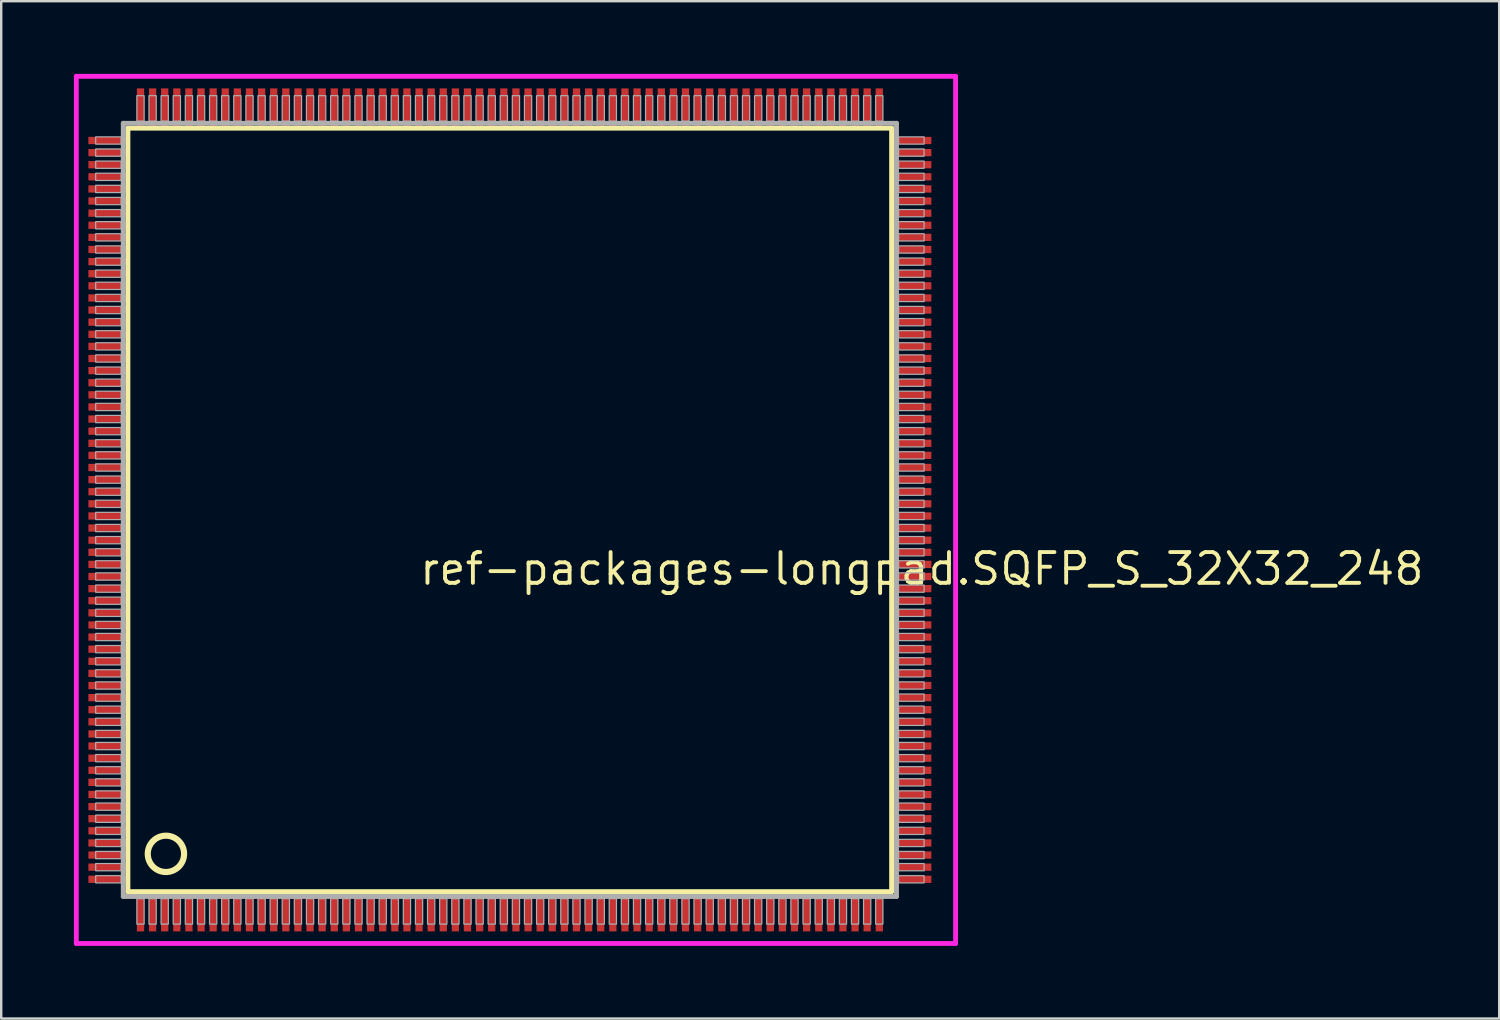
<source format=kicad_pcb>
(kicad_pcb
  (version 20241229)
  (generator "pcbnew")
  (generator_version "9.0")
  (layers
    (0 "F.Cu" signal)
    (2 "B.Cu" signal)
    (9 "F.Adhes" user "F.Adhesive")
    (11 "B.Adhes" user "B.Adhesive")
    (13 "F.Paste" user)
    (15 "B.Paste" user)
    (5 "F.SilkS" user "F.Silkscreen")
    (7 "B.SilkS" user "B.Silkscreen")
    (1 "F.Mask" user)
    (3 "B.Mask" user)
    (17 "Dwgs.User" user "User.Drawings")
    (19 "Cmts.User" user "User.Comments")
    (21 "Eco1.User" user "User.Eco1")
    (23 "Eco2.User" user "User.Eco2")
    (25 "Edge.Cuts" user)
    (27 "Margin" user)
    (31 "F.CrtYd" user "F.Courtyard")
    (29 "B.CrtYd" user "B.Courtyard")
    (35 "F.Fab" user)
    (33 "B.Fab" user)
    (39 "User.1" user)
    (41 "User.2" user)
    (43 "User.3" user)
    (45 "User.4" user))
  (footprint "ref-packages-longpad.SQFP_S_32X32_248"
    (layer "F.Cu")
    (at 18 18)
    (property "Reference" "ref-packages-longpad.SQFP_S_32X32_248" (at -3.81 3.175 0) (layer "F.SilkS") (effects (font (size 1.27 1.27) (thickness 0.16)) (justify left bottom)))
    (attr smd)
    (fp_line (start -15.77 -15.76) (end 15.76 -15.76) (stroke (width 0.203) (type default)) (layer "F.SilkS"))
    (fp_line (start -15.77 15.76) (end -15.77 -15.76) (stroke (width 0.203) (type default)) (layer "F.SilkS"))
    (fp_line (start 15.76 15.76) (end -15.77 15.76) (stroke (width 0.203) (type default)) (layer "F.SilkS"))
    (fp_line (start 15.76 -15.76) (end 15.76 15.76) (stroke (width 0.203) (type default)) (layer "F.SilkS"))
    (fp_circle (center -14.2 14.2) (end -13.45 14.2) (stroke (width 0.254) (type default)) (fill no) (layer "F.SilkS"))
    (fp_line (start -17.9 -17.9) (end 18.4 -17.9) (stroke (width 0.2) (type default)) (layer "F.CrtYd"))
    (fp_line (start -17.9 17.9) (end -17.9 -17.9) (stroke (width 0.2) (type default)) (layer "F.CrtYd"))
    (fp_line (start 18.4 -17.9) (end 18.4 17.9) (stroke (width 0.2) (type default)) (layer "F.CrtYd"))
    (fp_line (start 18.4 17.9) (end -17.9 17.9) (stroke (width 0.2) (type default)) (layer "F.CrtYd"))
    (fp_line (start -15.96 -15.96) (end -15.96 15.96) (stroke (width 0.203) (type default)) (layer "F.Fab"))
    (fp_line (start -15.96 15.96) (end 15.96 15.96) (stroke (width 0.203) (type default)) (layer "F.Fab"))
    (fp_line (start 15.96 -15.96) (end -15.96 -15.96) (stroke (width 0.203) (type default)) (layer "F.Fab"))
    (fp_line (start 15.96 15.96) (end 15.96 -15.96) (stroke (width 0.203) (type default)) (layer "F.Fab"))
    (fp_rect (start -17.1 -15.1) (end -16.05 -15.4) (stroke (width 0.05) (type default)) (fill no) (layer "F.Fab"))
    (fp_rect (start -17.1 -14.6) (end -16.05 -14.9) (stroke (width 0.05) (type default)) (fill no) (layer "F.Fab"))
    (fp_rect (start -17.1 -14.1) (end -16.05 -14.4) (stroke (width 0.05) (type default)) (fill no) (layer "F.Fab"))
    (fp_rect (start -17.1 -13.6) (end -16.05 -13.9) (stroke (width 0.05) (type default)) (fill no) (layer "F.Fab"))
    (fp_rect (start -17.1 -13.1) (end -16.05 -13.4) (stroke (width 0.05) (type default)) (fill no) (layer "F.Fab"))
    (fp_rect (start -17.1 -12.6) (end -16.05 -12.9) (stroke (width 0.05) (type default)) (fill no) (layer "F.Fab"))
    (fp_rect (start -17.1 -12.1) (end -16.05 -12.4) (stroke (width 0.05) (type default)) (fill no) (layer "F.Fab"))
    (fp_rect (start -17.1 -11.6) (end -16.05 -11.9) (stroke (width 0.05) (type default)) (fill no) (layer "F.Fab"))
    (fp_rect (start -17.1 -11.1) (end -16.05 -11.4) (stroke (width 0.05) (type default)) (fill no) (layer "F.Fab"))
    (fp_rect (start -17.1 -10.6) (end -16.05 -10.9) (stroke (width 0.05) (type default)) (fill no) (layer "F.Fab"))
    (fp_rect (start -17.1 -10.1) (end -16.05 -10.4) (stroke (width 0.05) (type default)) (fill no) (layer "F.Fab"))
    (fp_rect (start -17.1 -9.6) (end -16.05 -9.9) (stroke (width 0.05) (type default)) (fill no) (layer "F.Fab"))
    (fp_rect (start -17.1 -9.1) (end -16.05 -9.4) (stroke (width 0.05) (type default)) (fill no) (layer "F.Fab"))
    (fp_rect (start -17.1 -8.6) (end -16.05 -8.9) (stroke (width 0.05) (type default)) (fill no) (layer "F.Fab"))
    (fp_rect (start -17.1 -8.1) (end -16.05 -8.4) (stroke (width 0.05) (type default)) (fill no) (layer "F.Fab"))
    (fp_rect (start -17.1 -7.6) (end -16.05 -7.9) (stroke (width 0.05) (type default)) (fill no) (layer "F.Fab"))
    (fp_rect (start -17.1 -7.1) (end -16.05 -7.4) (stroke (width 0.05) (type default)) (fill no) (layer "F.Fab"))
    (fp_rect (start -17.1 -6.6) (end -16.05 -6.9) (stroke (width 0.05) (type default)) (fill no) (layer "F.Fab"))
    (fp_rect (start -17.1 -6.1) (end -16.05 -6.4) (stroke (width 0.05) (type default)) (fill no) (layer "F.Fab"))
    (fp_rect (start -17.1 -5.6) (end -16.05 -5.9) (stroke (width 0.05) (type default)) (fill no) (layer "F.Fab"))
    (fp_rect (start -17.1 -5.1) (end -16.05 -5.4) (stroke (width 0.05) (type default)) (fill no) (layer "F.Fab"))
    (fp_rect (start -17.1 -4.6) (end -16.05 -4.9) (stroke (width 0.05) (type default)) (fill no) (layer "F.Fab"))
    (fp_rect (start -17.1 -4.1) (end -16.05 -4.4) (stroke (width 0.05) (type default)) (fill no) (layer "F.Fab"))
    (fp_rect (start -17.1 -3.6) (end -16.05 -3.9) (stroke (width 0.05) (type default)) (fill no) (layer "F.Fab"))
    (fp_rect (start -17.1 -3.1) (end -16.05 -3.4) (stroke (width 0.05) (type default)) (fill no) (layer "F.Fab"))
    (fp_rect (start -17.1 -2.6) (end -16.05 -2.9) (stroke (width 0.05) (type default)) (fill no) (layer "F.Fab"))
    (fp_rect (start -17.1 -2.1) (end -16.05 -2.4) (stroke (width 0.05) (type default)) (fill no) (layer "F.Fab"))
    (fp_rect (start -17.1 -1.6) (end -16.05 -1.9) (stroke (width 0.05) (type default)) (fill no) (layer "F.Fab"))
    (fp_rect (start -17.1 -1.1) (end -16.05 -1.4) (stroke (width 0.05) (type default)) (fill no) (layer "F.Fab"))
    (fp_rect (start -17.1 -0.6) (end -16.05 -0.9) (stroke (width 0.05) (type default)) (fill no) (layer "F.Fab"))
    (fp_rect (start -17.1 -0.1) (end -16.05 -0.4) (stroke (width 0.05) (type default)) (fill no) (layer "F.Fab"))
    (fp_rect (start -17.1 0.4) (end -16.05 0.1) (stroke (width 0.05) (type default)) (fill no) (layer "F.Fab"))
    (fp_rect (start -17.1 0.9) (end -16.05 0.6) (stroke (width 0.05) (type default)) (fill no) (layer "F.Fab"))
    (fp_rect (start -17.1 1.4) (end -16.05 1.1) (stroke (width 0.05) (type default)) (fill no) (layer "F.Fab"))
    (fp_rect (start -17.1 1.9) (end -16.05 1.6) (stroke (width 0.05) (type default)) (fill no) (layer "F.Fab"))
    (fp_rect (start -17.1 2.4) (end -16.05 2.1) (stroke (width 0.05) (type default)) (fill no) (layer "F.Fab"))
    (fp_rect (start -17.1 2.9) (end -16.05 2.6) (stroke (width 0.05) (type default)) (fill no) (layer "F.Fab"))
    (fp_rect (start -17.1 3.4) (end -16.05 3.1) (stroke (width 0.05) (type default)) (fill no) (layer "F.Fab"))
    (fp_rect (start -17.1 3.9) (end -16.05 3.6) (stroke (width 0.05) (type default)) (fill no) (layer "F.Fab"))
    (fp_rect (start -17.1 4.4) (end -16.05 4.1) (stroke (width 0.05) (type default)) (fill no) (layer "F.Fab"))
    (fp_rect (start -17.1 4.9) (end -16.05 4.6) (stroke (width 0.05) (type default)) (fill no) (layer "F.Fab"))
    (fp_rect (start -17.1 5.4) (end -16.05 5.1) (stroke (width 0.05) (type default)) (fill no) (layer "F.Fab"))
    (fp_rect (start -17.1 5.9) (end -16.05 5.6) (stroke (width 0.05) (type default)) (fill no) (layer "F.Fab"))
    (fp_rect (start -17.1 6.4) (end -16.05 6.1) (stroke (width 0.05) (type default)) (fill no) (layer "F.Fab"))
    (fp_rect (start -17.1 6.9) (end -16.05 6.6) (stroke (width 0.05) (type default)) (fill no) (layer "F.Fab"))
    (fp_rect (start -17.1 7.4) (end -16.05 7.1) (stroke (width 0.05) (type default)) (fill no) (layer "F.Fab"))
    (fp_rect (start -17.1 7.9) (end -16.05 7.6) (stroke (width 0.05) (type default)) (fill no) (layer "F.Fab"))
    (fp_rect (start -17.1 8.4) (end -16.05 8.1) (stroke (width 0.05) (type default)) (fill no) (layer "F.Fab"))
    (fp_rect (start -17.1 8.9) (end -16.05 8.6) (stroke (width 0.05) (type default)) (fill no) (layer "F.Fab"))
    (fp_rect (start -17.1 9.4) (end -16.05 9.1) (stroke (width 0.05) (type default)) (fill no) (layer "F.Fab"))
    (fp_rect (start -17.1 9.9) (end -16.05 9.6) (stroke (width 0.05) (type default)) (fill no) (layer "F.Fab"))
    (fp_rect (start -17.1 10.4) (end -16.05 10.1) (stroke (width 0.05) (type default)) (fill no) (layer "F.Fab"))
    (fp_rect (start -17.1 10.9) (end -16.05 10.6) (stroke (width 0.05) (type default)) (fill no) (layer "F.Fab"))
    (fp_rect (start -17.1 11.4) (end -16.05 11.1) (stroke (width 0.05) (type default)) (fill no) (layer "F.Fab"))
    (fp_rect (start -17.1 11.9) (end -16.05 11.6) (stroke (width 0.05) (type default)) (fill no) (layer "F.Fab"))
    (fp_rect (start -17.1 12.4) (end -16.05 12.1) (stroke (width 0.05) (type default)) (fill no) (layer "F.Fab"))
    (fp_rect (start -17.1 12.9) (end -16.05 12.6) (stroke (width 0.05) (type default)) (fill no) (layer "F.Fab"))
    (fp_rect (start -17.1 13.4) (end -16.05 13.1) (stroke (width 0.05) (type default)) (fill no) (layer "F.Fab"))
    (fp_rect (start -17.1 13.9) (end -16.05 13.6) (stroke (width 0.05) (type default)) (fill no) (layer "F.Fab"))
    (fp_rect (start -17.1 14.4) (end -16.05 14.1) (stroke (width 0.05) (type default)) (fill no) (layer "F.Fab"))
    (fp_rect (start -17.1 14.9) (end -16.05 14.6) (stroke (width 0.05) (type default)) (fill no) (layer "F.Fab"))
    (fp_rect (start -17.1 15.4) (end -16.05 15.1) (stroke (width 0.05) (type default)) (fill no) (layer "F.Fab"))
    (fp_rect (start -15.4 -16.05) (end -15.1 -17.1) (stroke (width 0.05) (type default)) (fill no) (layer "F.Fab"))
    (fp_rect (start -15.4 17.1) (end -15.1 16.05) (stroke (width 0.05) (type default)) (fill no) (layer "F.Fab"))
    (fp_rect (start -14.9 -16.05) (end -14.6 -17.1) (stroke (width 0.05) (type default)) (fill no) (layer "F.Fab"))
    (fp_rect (start -14.9 17.1) (end -14.6 16.05) (stroke (width 0.05) (type default)) (fill no) (layer "F.Fab"))
    (fp_rect (start -14.4 -16.05) (end -14.1 -17.1) (stroke (width 0.05) (type default)) (fill no) (layer "F.Fab"))
    (fp_rect (start -14.4 17.1) (end -14.1 16.05) (stroke (width 0.05) (type default)) (fill no) (layer "F.Fab"))
    (fp_rect (start -13.9 -16.05) (end -13.6 -17.1) (stroke (width 0.05) (type default)) (fill no) (layer "F.Fab"))
    (fp_rect (start -13.9 17.1) (end -13.6 16.05) (stroke (width 0.05) (type default)) (fill no) (layer "F.Fab"))
    (fp_rect (start -13.4 -16.05) (end -13.1 -17.1) (stroke (width 0.05) (type default)) (fill no) (layer "F.Fab"))
    (fp_rect (start -13.4 17.1) (end -13.1 16.05) (stroke (width 0.05) (type default)) (fill no) (layer "F.Fab"))
    (fp_rect (start -12.9 -16.05) (end -12.6 -17.1) (stroke (width 0.05) (type default)) (fill no) (layer "F.Fab"))
    (fp_rect (start -12.9 17.1) (end -12.6 16.05) (stroke (width 0.05) (type default)) (fill no) (layer "F.Fab"))
    (fp_rect (start -12.4 -16.05) (end -12.1 -17.1) (stroke (width 0.05) (type default)) (fill no) (layer "F.Fab"))
    (fp_rect (start -12.4 17.1) (end -12.1 16.05) (stroke (width 0.05) (type default)) (fill no) (layer "F.Fab"))
    (fp_rect (start -11.9 -16.05) (end -11.6 -17.1) (stroke (width 0.05) (type default)) (fill no) (layer "F.Fab"))
    (fp_rect (start -11.9 17.1) (end -11.6 16.05) (stroke (width 0.05) (type default)) (fill no) (layer "F.Fab"))
    (fp_rect (start -11.4 -16.05) (end -11.1 -17.1) (stroke (width 0.05) (type default)) (fill no) (layer "F.Fab"))
    (fp_rect (start -11.4 17.1) (end -11.1 16.05) (stroke (width 0.05) (type default)) (fill no) (layer "F.Fab"))
    (fp_rect (start -10.9 -16.05) (end -10.6 -17.1) (stroke (width 0.05) (type default)) (fill no) (layer "F.Fab"))
    (fp_rect (start -10.9 17.1) (end -10.6 16.05) (stroke (width 0.05) (type default)) (fill no) (layer "F.Fab"))
    (fp_rect (start -10.4 -16.05) (end -10.1 -17.1) (stroke (width 0.05) (type default)) (fill no) (layer "F.Fab"))
    (fp_rect (start -10.4 17.1) (end -10.1 16.05) (stroke (width 0.05) (type default)) (fill no) (layer "F.Fab"))
    (fp_rect (start -9.9 -16.05) (end -9.6 -17.1) (stroke (width 0.05) (type default)) (fill no) (layer "F.Fab"))
    (fp_rect (start -9.9 17.1) (end -9.6 16.05) (stroke (width 0.05) (type default)) (fill no) (layer "F.Fab"))
    (fp_rect (start -9.4 -16.05) (end -9.1 -17.1) (stroke (width 0.05) (type default)) (fill no) (layer "F.Fab"))
    (fp_rect (start -9.4 17.1) (end -9.1 16.05) (stroke (width 0.05) (type default)) (fill no) (layer "F.Fab"))
    (fp_rect (start -8.9 -16.05) (end -8.6 -17.1) (stroke (width 0.05) (type default)) (fill no) (layer "F.Fab"))
    (fp_rect (start -8.9 17.1) (end -8.6 16.05) (stroke (width 0.05) (type default)) (fill no) (layer "F.Fab"))
    (fp_rect (start -8.4 -16.05) (end -8.1 -17.1) (stroke (width 0.05) (type default)) (fill no) (layer "F.Fab"))
    (fp_rect (start -8.4 17.1) (end -8.1 16.05) (stroke (width 0.05) (type default)) (fill no) (layer "F.Fab"))
    (fp_rect (start -7.9 -16.05) (end -7.6 -17.1) (stroke (width 0.05) (type default)) (fill no) (layer "F.Fab"))
    (fp_rect (start -7.9 17.1) (end -7.6 16.05) (stroke (width 0.05) (type default)) (fill no) (layer "F.Fab"))
    (fp_rect (start -7.4 -16.05) (end -7.1 -17.1) (stroke (width 0.05) (type default)) (fill no) (layer "F.Fab"))
    (fp_rect (start -7.4 17.1) (end -7.1 16.05) (stroke (width 0.05) (type default)) (fill no) (layer "F.Fab"))
    (fp_rect (start -6.9 -16.05) (end -6.6 -17.1) (stroke (width 0.05) (type default)) (fill no) (layer "F.Fab"))
    (fp_rect (start -6.9 17.1) (end -6.6 16.05) (stroke (width 0.05) (type default)) (fill no) (layer "F.Fab"))
    (fp_rect (start -6.4 -16.05) (end -6.1 -17.1) (stroke (width 0.05) (type default)) (fill no) (layer "F.Fab"))
    (fp_rect (start -6.4 17.1) (end -6.1 16.05) (stroke (width 0.05) (type default)) (fill no) (layer "F.Fab"))
    (fp_rect (start -5.9 -16.05) (end -5.6 -17.1) (stroke (width 0.05) (type default)) (fill no) (layer "F.Fab"))
    (fp_rect (start -5.9 17.1) (end -5.6 16.05) (stroke (width 0.05) (type default)) (fill no) (layer "F.Fab"))
    (fp_rect (start -5.4 -16.05) (end -5.1 -17.1) (stroke (width 0.05) (type default)) (fill no) (layer "F.Fab"))
    (fp_rect (start -5.4 17.1) (end -5.1 16.05) (stroke (width 0.05) (type default)) (fill no) (layer "F.Fab"))
    (fp_rect (start -4.9 -16.05) (end -4.6 -17.1) (stroke (width 0.05) (type default)) (fill no) (layer "F.Fab"))
    (fp_rect (start -4.9 17.1) (end -4.6 16.05) (stroke (width 0.05) (type default)) (fill no) (layer "F.Fab"))
    (fp_rect (start -4.4 -16.05) (end -4.1 -17.1) (stroke (width 0.05) (type default)) (fill no) (layer "F.Fab"))
    (fp_rect (start -4.4 17.1) (end -4.1 16.05) (stroke (width 0.05) (type default)) (fill no) (layer "F.Fab"))
    (fp_rect (start -3.9 -16.05) (end -3.6 -17.1) (stroke (width 0.05) (type default)) (fill no) (layer "F.Fab"))
    (fp_rect (start -3.9 17.1) (end -3.6 16.05) (stroke (width 0.05) (type default)) (fill no) (layer "F.Fab"))
    (fp_rect (start -3.4 -16.05) (end -3.1 -17.1) (stroke (width 0.05) (type default)) (fill no) (layer "F.Fab"))
    (fp_rect (start -3.4 17.1) (end -3.1 16.05) (stroke (width 0.05) (type default)) (fill no) (layer "F.Fab"))
    (fp_rect (start -2.9 -16.05) (end -2.6 -17.1) (stroke (width 0.05) (type default)) (fill no) (layer "F.Fab"))
    (fp_rect (start -2.9 17.1) (end -2.6 16.05) (stroke (width 0.05) (type default)) (fill no) (layer "F.Fab"))
    (fp_rect (start -2.4 -16.05) (end -2.1 -17.1) (stroke (width 0.05) (type default)) (fill no) (layer "F.Fab"))
    (fp_rect (start -2.4 17.1) (end -2.1 16.05) (stroke (width 0.05) (type default)) (fill no) (layer "F.Fab"))
    (fp_rect (start -1.9 -16.05) (end -1.6 -17.1) (stroke (width 0.05) (type default)) (fill no) (layer "F.Fab"))
    (fp_rect (start -1.9 17.1) (end -1.6 16.05) (stroke (width 0.05) (type default)) (fill no) (layer "F.Fab"))
    (fp_rect (start -1.4 -16.05) (end -1.1 -17.1) (stroke (width 0.05) (type default)) (fill no) (layer "F.Fab"))
    (fp_rect (start -1.4 17.1) (end -1.1 16.05) (stroke (width 0.05) (type default)) (fill no) (layer "F.Fab"))
    (fp_rect (start -0.9 -16.05) (end -0.6 -17.1) (stroke (width 0.05) (type default)) (fill no) (layer "F.Fab"))
    (fp_rect (start -0.9 17.1) (end -0.6 16.05) (stroke (width 0.05) (type default)) (fill no) (layer "F.Fab"))
    (fp_rect (start -0.4 -16.05) (end -0.1 -17.1) (stroke (width 0.05) (type default)) (fill no) (layer "F.Fab"))
    (fp_rect (start -0.4 17.1) (end -0.1 16.05) (stroke (width 0.05) (type default)) (fill no) (layer "F.Fab"))
    (fp_rect (start 0.1 -16.05) (end 0.4 -17.1) (stroke (width 0.05) (type default)) (fill no) (layer "F.Fab"))
    (fp_rect (start 0.1 17.1) (end 0.4 16.05) (stroke (width 0.05) (type default)) (fill no) (layer "F.Fab"))
    (fp_rect (start 0.6 -16.05) (end 0.9 -17.1) (stroke (width 0.05) (type default)) (fill no) (layer "F.Fab"))
    (fp_rect (start 0.6 17.1) (end 0.9 16.05) (stroke (width 0.05) (type default)) (fill no) (layer "F.Fab"))
    (fp_rect (start 1.1 -16.05) (end 1.4 -17.1) (stroke (width 0.05) (type default)) (fill no) (layer "F.Fab"))
    (fp_rect (start 1.1 17.1) (end 1.4 16.05) (stroke (width 0.05) (type default)) (fill no) (layer "F.Fab"))
    (fp_rect (start 1.6 -16.05) (end 1.9 -17.1) (stroke (width 0.05) (type default)) (fill no) (layer "F.Fab"))
    (fp_rect (start 1.6 17.1) (end 1.9 16.05) (stroke (width 0.05) (type default)) (fill no) (layer "F.Fab"))
    (fp_rect (start 2.1 -16.05) (end 2.4 -17.1) (stroke (width 0.05) (type default)) (fill no) (layer "F.Fab"))
    (fp_rect (start 2.1 17.1) (end 2.4 16.05) (stroke (width 0.05) (type default)) (fill no) (layer "F.Fab"))
    (fp_rect (start 2.6 -16.05) (end 2.9 -17.1) (stroke (width 0.05) (type default)) (fill no) (layer "F.Fab"))
    (fp_rect (start 2.6 17.1) (end 2.9 16.05) (stroke (width 0.05) (type default)) (fill no) (layer "F.Fab"))
    (fp_rect (start 3.1 -16.05) (end 3.4 -17.1) (stroke (width 0.05) (type default)) (fill no) (layer "F.Fab"))
    (fp_rect (start 3.1 17.1) (end 3.4 16.05) (stroke (width 0.05) (type default)) (fill no) (layer "F.Fab"))
    (fp_rect (start 3.6 -16.05) (end 3.9 -17.1) (stroke (width 0.05) (type default)) (fill no) (layer "F.Fab"))
    (fp_rect (start 3.6 17.1) (end 3.9 16.05) (stroke (width 0.05) (type default)) (fill no) (layer "F.Fab"))
    (fp_rect (start 4.1 -16.05) (end 4.4 -17.1) (stroke (width 0.05) (type default)) (fill no) (layer "F.Fab"))
    (fp_rect (start 4.1 17.1) (end 4.4 16.05) (stroke (width 0.05) (type default)) (fill no) (layer "F.Fab"))
    (fp_rect (start 4.6 -16.05) (end 4.9 -17.1) (stroke (width 0.05) (type default)) (fill no) (layer "F.Fab"))
    (fp_rect (start 4.6 17.1) (end 4.9 16.05) (stroke (width 0.05) (type default)) (fill no) (layer "F.Fab"))
    (fp_rect (start 5.1 -16.05) (end 5.4 -17.1) (stroke (width 0.05) (type default)) (fill no) (layer "F.Fab"))
    (fp_rect (start 5.1 17.1) (end 5.4 16.05) (stroke (width 0.05) (type default)) (fill no) (layer "F.Fab"))
    (fp_rect (start 5.6 -16.05) (end 5.9 -17.1) (stroke (width 0.05) (type default)) (fill no) (layer "F.Fab"))
    (fp_rect (start 5.6 17.1) (end 5.9 16.05) (stroke (width 0.05) (type default)) (fill no) (layer "F.Fab"))
    (fp_rect (start 6.1 -16.05) (end 6.4 -17.1) (stroke (width 0.05) (type default)) (fill no) (layer "F.Fab"))
    (fp_rect (start 6.1 17.1) (end 6.4 16.05) (stroke (width 0.05) (type default)) (fill no) (layer "F.Fab"))
    (fp_rect (start 6.6 -16.05) (end 6.9 -17.1) (stroke (width 0.05) (type default)) (fill no) (layer "F.Fab"))
    (fp_rect (start 6.6 17.1) (end 6.9 16.05) (stroke (width 0.05) (type default)) (fill no) (layer "F.Fab"))
    (fp_rect (start 7.1 -16.05) (end 7.4 -17.1) (stroke (width 0.05) (type default)) (fill no) (layer "F.Fab"))
    (fp_rect (start 7.1 17.1) (end 7.4 16.05) (stroke (width 0.05) (type default)) (fill no) (layer "F.Fab"))
    (fp_rect (start 7.6 -16.05) (end 7.9 -17.1) (stroke (width 0.05) (type default)) (fill no) (layer "F.Fab"))
    (fp_rect (start 7.6 17.1) (end 7.9 16.05) (stroke (width 0.05) (type default)) (fill no) (layer "F.Fab"))
    (fp_rect (start 8.1 -16.05) (end 8.4 -17.1) (stroke (width 0.05) (type default)) (fill no) (layer "F.Fab"))
    (fp_rect (start 8.1 17.1) (end 8.4 16.05) (stroke (width 0.05) (type default)) (fill no) (layer "F.Fab"))
    (fp_rect (start 8.6 -16.05) (end 8.9 -17.1) (stroke (width 0.05) (type default)) (fill no) (layer "F.Fab"))
    (fp_rect (start 8.6 17.1) (end 8.9 16.05) (stroke (width 0.05) (type default)) (fill no) (layer "F.Fab"))
    (fp_rect (start 9.1 -16.05) (end 9.4 -17.1) (stroke (width 0.05) (type default)) (fill no) (layer "F.Fab"))
    (fp_rect (start 9.1 17.1) (end 9.4 16.05) (stroke (width 0.05) (type default)) (fill no) (layer "F.Fab"))
    (fp_rect (start 9.6 -16.05) (end 9.9 -17.1) (stroke (width 0.05) (type default)) (fill no) (layer "F.Fab"))
    (fp_rect (start 9.6 17.1) (end 9.9 16.05) (stroke (width 0.05) (type default)) (fill no) (layer "F.Fab"))
    (fp_rect (start 10.1 -16.05) (end 10.4 -17.1) (stroke (width 0.05) (type default)) (fill no) (layer "F.Fab"))
    (fp_rect (start 10.1 17.1) (end 10.4 16.05) (stroke (width 0.05) (type default)) (fill no) (layer "F.Fab"))
    (fp_rect (start 10.6 -16.05) (end 10.9 -17.1) (stroke (width 0.05) (type default)) (fill no) (layer "F.Fab"))
    (fp_rect (start 10.6 17.1) (end 10.9 16.05) (stroke (width 0.05) (type default)) (fill no) (layer "F.Fab"))
    (fp_rect (start 11.1 -16.05) (end 11.4 -17.1) (stroke (width 0.05) (type default)) (fill no) (layer "F.Fab"))
    (fp_rect (start 11.1 17.1) (end 11.4 16.05) (stroke (width 0.05) (type default)) (fill no) (layer "F.Fab"))
    (fp_rect (start 11.6 -16.05) (end 11.9 -17.1) (stroke (width 0.05) (type default)) (fill no) (layer "F.Fab"))
    (fp_rect (start 11.6 17.1) (end 11.9 16.05) (stroke (width 0.05) (type default)) (fill no) (layer "F.Fab"))
    (fp_rect (start 12.1 -16.05) (end 12.4 -17.1) (stroke (width 0.05) (type default)) (fill no) (layer "F.Fab"))
    (fp_rect (start 12.1 17.1) (end 12.4 16.05) (stroke (width 0.05) (type default)) (fill no) (layer "F.Fab"))
    (fp_rect (start 12.6 -16.05) (end 12.9 -17.1) (stroke (width 0.05) (type default)) (fill no) (layer "F.Fab"))
    (fp_rect (start 12.6 17.1) (end 12.9 16.05) (stroke (width 0.05) (type default)) (fill no) (layer "F.Fab"))
    (fp_rect (start 13.1 -16.05) (end 13.4 -17.1) (stroke (width 0.05) (type default)) (fill no) (layer "F.Fab"))
    (fp_rect (start 13.1 17.1) (end 13.4 16.05) (stroke (width 0.05) (type default)) (fill no) (layer "F.Fab"))
    (fp_rect (start 13.6 -16.05) (end 13.9 -17.1) (stroke (width 0.05) (type default)) (fill no) (layer "F.Fab"))
    (fp_rect (start 13.6 17.1) (end 13.9 16.05) (stroke (width 0.05) (type default)) (fill no) (layer "F.Fab"))
    (fp_rect (start 14.1 -16.05) (end 14.4 -17.1) (stroke (width 0.05) (type default)) (fill no) (layer "F.Fab"))
    (fp_rect (start 14.1 17.1) (end 14.4 16.05) (stroke (width 0.05) (type default)) (fill no) (layer "F.Fab"))
    (fp_rect (start 14.6 -16.05) (end 14.9 -17.1) (stroke (width 0.05) (type default)) (fill no) (layer "F.Fab"))
    (fp_rect (start 14.6 17.1) (end 14.9 16.05) (stroke (width 0.05) (type default)) (fill no) (layer "F.Fab"))
    (fp_rect (start 15.1 -16.05) (end 15.4 -17.1) (stroke (width 0.05) (type default)) (fill no) (layer "F.Fab"))
    (fp_rect (start 15.1 17.1) (end 15.4 16.05) (stroke (width 0.05) (type default)) (fill no) (layer "F.Fab"))
    (fp_rect (start 16.05 -15.1) (end 17.1 -15.4) (stroke (width 0.05) (type default)) (fill no) (layer "F.Fab"))
    (fp_rect (start 16.05 -14.6) (end 17.1 -14.9) (stroke (width 0.05) (type default)) (fill no) (layer "F.Fab"))
    (fp_rect (start 16.05 -14.1) (end 17.1 -14.4) (stroke (width 0.05) (type default)) (fill no) (layer "F.Fab"))
    (fp_rect (start 16.05 -13.6) (end 17.1 -13.9) (stroke (width 0.05) (type default)) (fill no) (layer "F.Fab"))
    (fp_rect (start 16.05 -13.1) (end 17.1 -13.4) (stroke (width 0.05) (type default)) (fill no) (layer "F.Fab"))
    (fp_rect (start 16.05 -12.6) (end 17.1 -12.9) (stroke (width 0.05) (type default)) (fill no) (layer "F.Fab"))
    (fp_rect (start 16.05 -12.1) (end 17.1 -12.4) (stroke (width 0.05) (type default)) (fill no) (layer "F.Fab"))
    (fp_rect (start 16.05 -11.6) (end 17.1 -11.9) (stroke (width 0.05) (type default)) (fill no) (layer "F.Fab"))
    (fp_rect (start 16.05 -11.1) (end 17.1 -11.4) (stroke (width 0.05) (type default)) (fill no) (layer "F.Fab"))
    (fp_rect (start 16.05 -10.6) (end 17.1 -10.9) (stroke (width 0.05) (type default)) (fill no) (layer "F.Fab"))
    (fp_rect (start 16.05 -10.1) (end 17.1 -10.4) (stroke (width 0.05) (type default)) (fill no) (layer "F.Fab"))
    (fp_rect (start 16.05 -9.6) (end 17.1 -9.9) (stroke (width 0.05) (type default)) (fill no) (layer "F.Fab"))
    (fp_rect (start 16.05 -9.1) (end 17.1 -9.4) (stroke (width 0.05) (type default)) (fill no) (layer "F.Fab"))
    (fp_rect (start 16.05 -8.6) (end 17.1 -8.9) (stroke (width 0.05) (type default)) (fill no) (layer "F.Fab"))
    (fp_rect (start 16.05 -8.1) (end 17.1 -8.4) (stroke (width 0.05) (type default)) (fill no) (layer "F.Fab"))
    (fp_rect (start 16.05 -7.6) (end 17.1 -7.9) (stroke (width 0.05) (type default)) (fill no) (layer "F.Fab"))
    (fp_rect (start 16.05 -7.1) (end 17.1 -7.4) (stroke (width 0.05) (type default)) (fill no) (layer "F.Fab"))
    (fp_rect (start 16.05 -6.6) (end 17.1 -6.9) (stroke (width 0.05) (type default)) (fill no) (layer "F.Fab"))
    (fp_rect (start 16.05 -6.1) (end 17.1 -6.4) (stroke (width 0.05) (type default)) (fill no) (layer "F.Fab"))
    (fp_rect (start 16.05 -5.6) (end 17.1 -5.9) (stroke (width 0.05) (type default)) (fill no) (layer "F.Fab"))
    (fp_rect (start 16.05 -5.1) (end 17.1 -5.4) (stroke (width 0.05) (type default)) (fill no) (layer "F.Fab"))
    (fp_rect (start 16.05 -4.6) (end 17.1 -4.9) (stroke (width 0.05) (type default)) (fill no) (layer "F.Fab"))
    (fp_rect (start 16.05 -4.1) (end 17.1 -4.4) (stroke (width 0.05) (type default)) (fill no) (layer "F.Fab"))
    (fp_rect (start 16.05 -3.6) (end 17.1 -3.9) (stroke (width 0.05) (type default)) (fill no) (layer "F.Fab"))
    (fp_rect (start 16.05 -3.1) (end 17.1 -3.4) (stroke (width 0.05) (type default)) (fill no) (layer "F.Fab"))
    (fp_rect (start 16.05 -2.6) (end 17.1 -2.9) (stroke (width 0.05) (type default)) (fill no) (layer "F.Fab"))
    (fp_rect (start 16.05 -2.1) (end 17.1 -2.4) (stroke (width 0.05) (type default)) (fill no) (layer "F.Fab"))
    (fp_rect (start 16.05 -1.6) (end 17.1 -1.9) (stroke (width 0.05) (type default)) (fill no) (layer "F.Fab"))
    (fp_rect (start 16.05 -1.1) (end 17.1 -1.4) (stroke (width 0.05) (type default)) (fill no) (layer "F.Fab"))
    (fp_rect (start 16.05 -0.6) (end 17.1 -0.9) (stroke (width 0.05) (type default)) (fill no) (layer "F.Fab"))
    (fp_rect (start 16.05 -0.1) (end 17.1 -0.4) (stroke (width 0.05) (type default)) (fill no) (layer "F.Fab"))
    (fp_rect (start 16.05 0.4) (end 17.1 0.1) (stroke (width 0.05) (type default)) (fill no) (layer "F.Fab"))
    (fp_rect (start 16.05 0.9) (end 17.1 0.6) (stroke (width 0.05) (type default)) (fill no) (layer "F.Fab"))
    (fp_rect (start 16.05 1.4) (end 17.1 1.1) (stroke (width 0.05) (type default)) (fill no) (layer "F.Fab"))
    (fp_rect (start 16.05 1.9) (end 17.1 1.6) (stroke (width 0.05) (type default)) (fill no) (layer "F.Fab"))
    (fp_rect (start 16.05 2.4) (end 17.1 2.1) (stroke (width 0.05) (type default)) (fill no) (layer "F.Fab"))
    (fp_rect (start 16.05 2.9) (end 17.1 2.6) (stroke (width 0.05) (type default)) (fill no) (layer "F.Fab"))
    (fp_rect (start 16.05 3.4) (end 17.1 3.1) (stroke (width 0.05) (type default)) (fill no) (layer "F.Fab"))
    (fp_rect (start 16.05 3.9) (end 17.1 3.6) (stroke (width 0.05) (type default)) (fill no) (layer "F.Fab"))
    (fp_rect (start 16.05 4.4) (end 17.1 4.1) (stroke (width 0.05) (type default)) (fill no) (layer "F.Fab"))
    (fp_rect (start 16.05 4.9) (end 17.1 4.6) (stroke (width 0.05) (type default)) (fill no) (layer "F.Fab"))
    (fp_rect (start 16.05 5.4) (end 17.1 5.1) (stroke (width 0.05) (type default)) (fill no) (layer "F.Fab"))
    (fp_rect (start 16.05 5.9) (end 17.1 5.6) (stroke (width 0.05) (type default)) (fill no) (layer "F.Fab"))
    (fp_rect (start 16.05 6.4) (end 17.1 6.1) (stroke (width 0.05) (type default)) (fill no) (layer "F.Fab"))
    (fp_rect (start 16.05 6.9) (end 17.1 6.6) (stroke (width 0.05) (type default)) (fill no) (layer "F.Fab"))
    (fp_rect (start 16.05 7.4) (end 17.1 7.1) (stroke (width 0.05) (type default)) (fill no) (layer "F.Fab"))
    (fp_rect (start 16.05 7.9) (end 17.1 7.6) (stroke (width 0.05) (type default)) (fill no) (layer "F.Fab"))
    (fp_rect (start 16.05 8.4) (end 17.1 8.1) (stroke (width 0.05) (type default)) (fill no) (layer "F.Fab"))
    (fp_rect (start 16.05 8.9) (end 17.1 8.6) (stroke (width 0.05) (type default)) (fill no) (layer "F.Fab"))
    (fp_rect (start 16.05 9.4) (end 17.1 9.1) (stroke (width 0.05) (type default)) (fill no) (layer "F.Fab"))
    (fp_rect (start 16.05 9.9) (end 17.1 9.6) (stroke (width 0.05) (type default)) (fill no) (layer "F.Fab"))
    (fp_rect (start 16.05 10.4) (end 17.1 10.1) (stroke (width 0.05) (type default)) (fill no) (layer "F.Fab"))
    (fp_rect (start 16.05 10.9) (end 17.1 10.6) (stroke (width 0.05) (type default)) (fill no) (layer "F.Fab"))
    (fp_rect (start 16.05 11.4) (end 17.1 11.1) (stroke (width 0.05) (type default)) (fill no) (layer "F.Fab"))
    (fp_rect (start 16.05 11.9) (end 17.1 11.6) (stroke (width 0.05) (type default)) (fill no) (layer "F.Fab"))
    (fp_rect (start 16.05 12.4) (end 17.1 12.1) (stroke (width 0.05) (type default)) (fill no) (layer "F.Fab"))
    (fp_rect (start 16.05 12.9) (end 17.1 12.6) (stroke (width 0.05) (type default)) (fill no) (layer "F.Fab"))
    (fp_rect (start 16.05 13.4) (end 17.1 13.1) (stroke (width 0.05) (type default)) (fill no) (layer "F.Fab"))
    (fp_rect (start 16.05 13.9) (end 17.1 13.6) (stroke (width 0.05) (type default)) (fill no) (layer "F.Fab"))
    (fp_rect (start 16.05 14.4) (end 17.1 14.1) (stroke (width 0.05) (type default)) (fill no) (layer "F.Fab"))
    (fp_rect (start 16.05 14.9) (end 17.1 14.6) (stroke (width 0.05) (type default)) (fill no) (layer "F.Fab"))
    (fp_rect (start 16.05 15.4) (end 17.1 15.1) (stroke (width 0.05) (type default)) (fill no) (layer "F.Fab"))
    (pad "1" smd roundrect (at -15.25 16.6) (size 0.3 1.6) (layers "F.Cu" "F.Mask" "F.Paste") (roundrect_rratio 0.01))
    (pad "2" smd roundrect (at -14.75 16.6) (size 0.3 1.6) (layers "F.Cu" "F.Mask" "F.Paste") (roundrect_rratio 0.01))
    (pad "3" smd roundrect (at -14.25 16.6) (size 0.3 1.6) (layers "F.Cu" "F.Mask" "F.Paste") (roundrect_rratio 0.01))
    (pad "4" smd roundrect (at -13.75 16.6) (size 0.3 1.6) (layers "F.Cu" "F.Mask" "F.Paste") (roundrect_rratio 0.01))
    (pad "5" smd roundrect (at -13.25 16.6) (size 0.3 1.6) (layers "F.Cu" "F.Mask" "F.Paste") (roundrect_rratio 0.01))
    (pad "6" smd roundrect (at -12.75 16.6) (size 0.3 1.6) (layers "F.Cu" "F.Mask" "F.Paste") (roundrect_rratio 0.01))
    (pad "7" smd roundrect (at -12.25 16.6) (size 0.3 1.6) (layers "F.Cu" "F.Mask" "F.Paste") (roundrect_rratio 0.01))
    (pad "8" smd roundrect (at -11.75 16.6) (size 0.3 1.6) (layers "F.Cu" "F.Mask" "F.Paste") (roundrect_rratio 0.01))
    (pad "9" smd roundrect (at -11.25 16.6) (size 0.3 1.6) (layers "F.Cu" "F.Mask" "F.Paste") (roundrect_rratio 0.01))
    (pad "10" smd roundrect (at -10.75 16.6) (size 0.3 1.6) (layers "F.Cu" "F.Mask" "F.Paste") (roundrect_rratio 0.01))
    (pad "11" smd roundrect (at -10.25 16.6) (size 0.3 1.6) (layers "F.Cu" "F.Mask" "F.Paste") (roundrect_rratio 0.01))
    (pad "12" smd roundrect (at -9.75 16.6) (size 0.3 1.6) (layers "F.Cu" "F.Mask" "F.Paste") (roundrect_rratio 0.01))
    (pad "13" smd roundrect (at -9.25 16.6) (size 0.3 1.6) (layers "F.Cu" "F.Mask" "F.Paste") (roundrect_rratio 0.01))
    (pad "14" smd roundrect (at -8.75 16.6) (size 0.3 1.6) (layers "F.Cu" "F.Mask" "F.Paste") (roundrect_rratio 0.01))
    (pad "15" smd roundrect (at -8.25 16.6) (size 0.3 1.6) (layers "F.Cu" "F.Mask" "F.Paste") (roundrect_rratio 0.01))
    (pad "16" smd roundrect (at -7.75 16.6) (size 0.3 1.6) (layers "F.Cu" "F.Mask" "F.Paste") (roundrect_rratio 0.01))
    (pad "17" smd roundrect (at -7.25 16.6) (size 0.3 1.6) (layers "F.Cu" "F.Mask" "F.Paste") (roundrect_rratio 0.01))
    (pad "18" smd roundrect (at -6.75 16.6) (size 0.3 1.6) (layers "F.Cu" "F.Mask" "F.Paste") (roundrect_rratio 0.01))
    (pad "19" smd roundrect (at -6.25 16.6) (size 0.3 1.6) (layers "F.Cu" "F.Mask" "F.Paste") (roundrect_rratio 0.01))
    (pad "20" smd roundrect (at -5.75 16.6) (size 0.3 1.6) (layers "F.Cu" "F.Mask" "F.Paste") (roundrect_rratio 0.01))
    (pad "21" smd roundrect (at -5.25 16.6) (size 0.3 1.6) (layers "F.Cu" "F.Mask" "F.Paste") (roundrect_rratio 0.01))
    (pad "22" smd roundrect (at -4.75 16.6) (size 0.3 1.6) (layers "F.Cu" "F.Mask" "F.Paste") (roundrect_rratio 0.01))
    (pad "23" smd roundrect (at -4.25 16.6) (size 0.3 1.6) (layers "F.Cu" "F.Mask" "F.Paste") (roundrect_rratio 0.01))
    (pad "24" smd roundrect (at -3.75 16.6) (size 0.3 1.6) (layers "F.Cu" "F.Mask" "F.Paste") (roundrect_rratio 0.01))
    (pad "25" smd roundrect (at -3.25 16.6) (size 0.3 1.6) (layers "F.Cu" "F.Mask" "F.Paste") (roundrect_rratio 0.01))
    (pad "26" smd roundrect (at -2.75 16.6) (size 0.3 1.6) (layers "F.Cu" "F.Mask" "F.Paste") (roundrect_rratio 0.01))
    (pad "27" smd roundrect (at -2.25 16.6) (size 0.3 1.6) (layers "F.Cu" "F.Mask" "F.Paste") (roundrect_rratio 0.01))
    (pad "28" smd roundrect (at -1.75 16.6) (size 0.3 1.6) (layers "F.Cu" "F.Mask" "F.Paste") (roundrect_rratio 0.01))
    (pad "29" smd roundrect (at -1.25 16.6) (size 0.3 1.6) (layers "F.Cu" "F.Mask" "F.Paste") (roundrect_rratio 0.01))
    (pad "30" smd roundrect (at -0.75 16.6) (size 0.3 1.6) (layers "F.Cu" "F.Mask" "F.Paste") (roundrect_rratio 0.01))
    (pad "31" smd roundrect (at -0.25 16.6) (size 0.3 1.6) (layers "F.Cu" "F.Mask" "F.Paste") (roundrect_rratio 0.01))
    (pad "32" smd roundrect (at 0.25 16.6) (size 0.3 1.6) (layers "F.Cu" "F.Mask" "F.Paste") (roundrect_rratio 0.01))
    (pad "33" smd roundrect (at 0.75 16.6) (size 0.3 1.6) (layers "F.Cu" "F.Mask" "F.Paste") (roundrect_rratio 0.01))
    (pad "34" smd roundrect (at 1.25 16.6) (size 0.3 1.6) (layers "F.Cu" "F.Mask" "F.Paste") (roundrect_rratio 0.01))
    (pad "35" smd roundrect (at 1.75 16.6) (size 0.3 1.6) (layers "F.Cu" "F.Mask" "F.Paste") (roundrect_rratio 0.01))
    (pad "36" smd roundrect (at 2.25 16.6) (size 0.3 1.6) (layers "F.Cu" "F.Mask" "F.Paste") (roundrect_rratio 0.01))
    (pad "37" smd roundrect (at 2.75 16.6) (size 0.3 1.6) (layers "F.Cu" "F.Mask" "F.Paste") (roundrect_rratio 0.01))
    (pad "38" smd roundrect (at 3.25 16.6) (size 0.3 1.6) (layers "F.Cu" "F.Mask" "F.Paste") (roundrect_rratio 0.01))
    (pad "39" smd roundrect (at 3.75 16.6) (size 0.3 1.6) (layers "F.Cu" "F.Mask" "F.Paste") (roundrect_rratio 0.01))
    (pad "40" smd roundrect (at 4.25 16.6) (size 0.3 1.6) (layers "F.Cu" "F.Mask" "F.Paste") (roundrect_rratio 0.01))
    (pad "41" smd roundrect (at 4.75 16.6) (size 0.3 1.6) (layers "F.Cu" "F.Mask" "F.Paste") (roundrect_rratio 0.01))
    (pad "42" smd roundrect (at 5.25 16.6) (size 0.3 1.6) (layers "F.Cu" "F.Mask" "F.Paste") (roundrect_rratio 0.01))
    (pad "43" smd roundrect (at 5.75 16.6) (size 0.3 1.6) (layers "F.Cu" "F.Mask" "F.Paste") (roundrect_rratio 0.01))
    (pad "44" smd roundrect (at 6.25 16.6) (size 0.3 1.6) (layers "F.Cu" "F.Mask" "F.Paste") (roundrect_rratio 0.01))
    (pad "45" smd roundrect (at 6.75 16.6) (size 0.3 1.6) (layers "F.Cu" "F.Mask" "F.Paste") (roundrect_rratio 0.01))
    (pad "46" smd roundrect (at 7.25 16.6) (size 0.3 1.6) (layers "F.Cu" "F.Mask" "F.Paste") (roundrect_rratio 0.01))
    (pad "47" smd roundrect (at 7.75 16.6) (size 0.3 1.6) (layers "F.Cu" "F.Mask" "F.Paste") (roundrect_rratio 0.01))
    (pad "48" smd roundrect (at 8.25 16.6) (size 0.3 1.6) (layers "F.Cu" "F.Mask" "F.Paste") (roundrect_rratio 0.01))
    (pad "49" smd roundrect (at 8.75 16.6) (size 0.3 1.6) (layers "F.Cu" "F.Mask" "F.Paste") (roundrect_rratio 0.01))
    (pad "50" smd roundrect (at 9.25 16.6) (size 0.3 1.6) (layers "F.Cu" "F.Mask" "F.Paste") (roundrect_rratio 0.01))
    (pad "51" smd roundrect (at 9.75 16.6) (size 0.3 1.6) (layers "F.Cu" "F.Mask" "F.Paste") (roundrect_rratio 0.01))
    (pad "52" smd roundrect (at 10.25 16.6) (size 0.3 1.6) (layers "F.Cu" "F.Mask" "F.Paste") (roundrect_rratio 0.01))
    (pad "53" smd roundrect (at 10.75 16.6) (size 0.3 1.6) (layers "F.Cu" "F.Mask" "F.Paste") (roundrect_rratio 0.01))
    (pad "54" smd roundrect (at 11.25 16.6) (size 0.3 1.6) (layers "F.Cu" "F.Mask" "F.Paste") (roundrect_rratio 0.01))
    (pad "55" smd roundrect (at 11.75 16.6) (size 0.3 1.6) (layers "F.Cu" "F.Mask" "F.Paste") (roundrect_rratio 0.01))
    (pad "56" smd roundrect (at 12.25 16.6) (size 0.3 1.6) (layers "F.Cu" "F.Mask" "F.Paste") (roundrect_rratio 0.01))
    (pad "57" smd roundrect (at 12.75 16.6) (size 0.3 1.6) (layers "F.Cu" "F.Mask" "F.Paste") (roundrect_rratio 0.01))
    (pad "58" smd roundrect (at 13.25 16.6) (size 0.3 1.6) (layers "F.Cu" "F.Mask" "F.Paste") (roundrect_rratio 0.01))
    (pad "59" smd roundrect (at 13.75 16.6) (size 0.3 1.6) (layers "F.Cu" "F.Mask" "F.Paste") (roundrect_rratio 0.01))
    (pad "60" smd roundrect (at 14.25 16.6) (size 0.3 1.6) (layers "F.Cu" "F.Mask" "F.Paste") (roundrect_rratio 0.01))
    (pad "61" smd roundrect (at 14.75 16.6) (size 0.3 1.6) (layers "F.Cu" "F.Mask" "F.Paste") (roundrect_rratio 0.01))
    (pad "62" smd roundrect (at 15.25 16.6) (size 0.3 1.6) (layers "F.Cu" "F.Mask" "F.Paste") (roundrect_rratio 0.01))
    (pad "63" smd roundrect (at 16.6 15.25) (size 1.6 0.3) (layers "F.Cu" "F.Mask" "F.Paste") (roundrect_rratio 0.01))
    (pad "64" smd roundrect (at 16.6 14.75) (size 1.6 0.3) (layers "F.Cu" "F.Mask" "F.Paste") (roundrect_rratio 0.01))
    (pad "65" smd roundrect (at 16.6 14.25) (size 1.6 0.3) (layers "F.Cu" "F.Mask" "F.Paste") (roundrect_rratio 0.01))
    (pad "66" smd roundrect (at 16.6 13.75) (size 1.6 0.3) (layers "F.Cu" "F.Mask" "F.Paste") (roundrect_rratio 0.01))
    (pad "67" smd roundrect (at 16.6 13.25) (size 1.6 0.3) (layers "F.Cu" "F.Mask" "F.Paste") (roundrect_rratio 0.01))
    (pad "68" smd roundrect (at 16.6 12.75) (size 1.6 0.3) (layers "F.Cu" "F.Mask" "F.Paste") (roundrect_rratio 0.01))
    (pad "69" smd roundrect (at 16.6 12.25) (size 1.6 0.3) (layers "F.Cu" "F.Mask" "F.Paste") (roundrect_rratio 0.01))
    (pad "70" smd roundrect (at 16.6 11.75) (size 1.6 0.3) (layers "F.Cu" "F.Mask" "F.Paste") (roundrect_rratio 0.01))
    (pad "71" smd roundrect (at 16.6 11.25) (size 1.6 0.3) (layers "F.Cu" "F.Mask" "F.Paste") (roundrect_rratio 0.01))
    (pad "72" smd roundrect (at 16.6 10.75) (size 1.6 0.3) (layers "F.Cu" "F.Mask" "F.Paste") (roundrect_rratio 0.01))
    (pad "73" smd roundrect (at 16.6 10.25) (size 1.6 0.3) (layers "F.Cu" "F.Mask" "F.Paste") (roundrect_rratio 0.01))
    (pad "74" smd roundrect (at 16.6 9.75) (size 1.6 0.3) (layers "F.Cu" "F.Mask" "F.Paste") (roundrect_rratio 0.01))
    (pad "75" smd roundrect (at 16.6 9.25) (size 1.6 0.3) (layers "F.Cu" "F.Mask" "F.Paste") (roundrect_rratio 0.01))
    (pad "76" smd roundrect (at 16.6 8.75) (size 1.6 0.3) (layers "F.Cu" "F.Mask" "F.Paste") (roundrect_rratio 0.01))
    (pad "77" smd roundrect (at 16.6 8.25) (size 1.6 0.3) (layers "F.Cu" "F.Mask" "F.Paste") (roundrect_rratio 0.01))
    (pad "78" smd roundrect (at 16.6 7.75) (size 1.6 0.3) (layers "F.Cu" "F.Mask" "F.Paste") (roundrect_rratio 0.01))
    (pad "79" smd roundrect (at 16.6 7.25) (size 1.6 0.3) (layers "F.Cu" "F.Mask" "F.Paste") (roundrect_rratio 0.01))
    (pad "80" smd roundrect (at 16.6 6.75) (size 1.6 0.3) (layers "F.Cu" "F.Mask" "F.Paste") (roundrect_rratio 0.01))
    (pad "81" smd roundrect (at 16.6 6.25) (size 1.6 0.3) (layers "F.Cu" "F.Mask" "F.Paste") (roundrect_rratio 0.01))
    (pad "82" smd roundrect (at 16.6 5.75) (size 1.6 0.3) (layers "F.Cu" "F.Mask" "F.Paste") (roundrect_rratio 0.01))
    (pad "83" smd roundrect (at 16.6 5.25) (size 1.6 0.3) (layers "F.Cu" "F.Mask" "F.Paste") (roundrect_rratio 0.01))
    (pad "84" smd roundrect (at 16.6 4.75) (size 1.6 0.3) (layers "F.Cu" "F.Mask" "F.Paste") (roundrect_rratio 0.01))
    (pad "85" smd roundrect (at 16.6 4.25) (size 1.6 0.3) (layers "F.Cu" "F.Mask" "F.Paste") (roundrect_rratio 0.01))
    (pad "86" smd roundrect (at 16.6 3.75) (size 1.6 0.3) (layers "F.Cu" "F.Mask" "F.Paste") (roundrect_rratio 0.01))
    (pad "87" smd roundrect (at 16.6 3.25) (size 1.6 0.3) (layers "F.Cu" "F.Mask" "F.Paste") (roundrect_rratio 0.01))
    (pad "88" smd roundrect (at 16.6 2.75) (size 1.6 0.3) (layers "F.Cu" "F.Mask" "F.Paste") (roundrect_rratio 0.01))
    (pad "89" smd roundrect (at 16.6 2.25) (size 1.6 0.3) (layers "F.Cu" "F.Mask" "F.Paste") (roundrect_rratio 0.01))
    (pad "90" smd roundrect (at 16.6 1.75) (size 1.6 0.3) (layers "F.Cu" "F.Mask" "F.Paste") (roundrect_rratio 0.01))
    (pad "91" smd roundrect (at 16.6 1.25) (size 1.6 0.3) (layers "F.Cu" "F.Mask" "F.Paste") (roundrect_rratio 0.01))
    (pad "92" smd roundrect (at 16.6 0.75) (size 1.6 0.3) (layers "F.Cu" "F.Mask" "F.Paste") (roundrect_rratio 0.01))
    (pad "93" smd roundrect (at 16.6 0.25) (size 1.6 0.3) (layers "F.Cu" "F.Mask" "F.Paste") (roundrect_rratio 0.01))
    (pad "94" smd roundrect (at 16.6 -0.25) (size 1.6 0.3) (layers "F.Cu" "F.Mask" "F.Paste") (roundrect_rratio 0.01))
    (pad "95" smd roundrect (at 16.6 -0.75) (size 1.6 0.3) (layers "F.Cu" "F.Mask" "F.Paste") (roundrect_rratio 0.01))
    (pad "96" smd roundrect (at 16.6 -1.25) (size 1.6 0.3) (layers "F.Cu" "F.Mask" "F.Paste") (roundrect_rratio 0.01))
    (pad "97" smd roundrect (at 16.6 -1.75) (size 1.6 0.3) (layers "F.Cu" "F.Mask" "F.Paste") (roundrect_rratio 0.01))
    (pad "98" smd roundrect (at 16.6 -2.25) (size 1.6 0.3) (layers "F.Cu" "F.Mask" "F.Paste") (roundrect_rratio 0.01))
    (pad "99" smd roundrect (at 16.6 -2.75) (size 1.6 0.3) (layers "F.Cu" "F.Mask" "F.Paste") (roundrect_rratio 0.01))
    (pad "100" smd roundrect (at 16.6 -3.25) (size 1.6 0.3) (layers "F.Cu" "F.Mask" "F.Paste") (roundrect_rratio 0.01))
    (pad "101" smd roundrect (at 16.6 -3.75) (size 1.6 0.3) (layers "F.Cu" "F.Mask" "F.Paste") (roundrect_rratio 0.01))
    (pad "102" smd roundrect (at 16.6 -4.25) (size 1.6 0.3) (layers "F.Cu" "F.Mask" "F.Paste") (roundrect_rratio 0.01))
    (pad "103" smd roundrect (at 16.6 -4.75) (size 1.6 0.3) (layers "F.Cu" "F.Mask" "F.Paste") (roundrect_rratio 0.01))
    (pad "104" smd roundrect (at 16.6 -5.25) (size 1.6 0.3) (layers "F.Cu" "F.Mask" "F.Paste") (roundrect_rratio 0.01))
    (pad "105" smd roundrect (at 16.6 -5.75) (size 1.6 0.3) (layers "F.Cu" "F.Mask" "F.Paste") (roundrect_rratio 0.01))
    (pad "106" smd roundrect (at 16.6 -6.25) (size 1.6 0.3) (layers "F.Cu" "F.Mask" "F.Paste") (roundrect_rratio 0.01))
    (pad "107" smd roundrect (at 16.6 -6.75) (size 1.6 0.3) (layers "F.Cu" "F.Mask" "F.Paste") (roundrect_rratio 0.01))
    (pad "108" smd roundrect (at 16.6 -7.25) (size 1.6 0.3) (layers "F.Cu" "F.Mask" "F.Paste") (roundrect_rratio 0.01))
    (pad "109" smd roundrect (at 16.6 -7.75) (size 1.6 0.3) (layers "F.Cu" "F.Mask" "F.Paste") (roundrect_rratio 0.01))
    (pad "110" smd roundrect (at 16.6 -8.25) (size 1.6 0.3) (layers "F.Cu" "F.Mask" "F.Paste") (roundrect_rratio 0.01))
    (pad "111" smd roundrect (at 16.6 -8.75) (size 1.6 0.3) (layers "F.Cu" "F.Mask" "F.Paste") (roundrect_rratio 0.01))
    (pad "112" smd roundrect (at 16.6 -9.25) (size 1.6 0.3) (layers "F.Cu" "F.Mask" "F.Paste") (roundrect_rratio 0.01))
    (pad "113" smd roundrect (at 16.6 -9.75) (size 1.6 0.3) (layers "F.Cu" "F.Mask" "F.Paste") (roundrect_rratio 0.01))
    (pad "114" smd roundrect (at 16.6 -10.25) (size 1.6 0.3) (layers "F.Cu" "F.Mask" "F.Paste") (roundrect_rratio 0.01))
    (pad "115" smd roundrect (at 16.6 -10.75) (size 1.6 0.3) (layers "F.Cu" "F.Mask" "F.Paste") (roundrect_rratio 0.01))
    (pad "116" smd roundrect (at 16.6 -11.25) (size 1.6 0.3) (layers "F.Cu" "F.Mask" "F.Paste") (roundrect_rratio 0.01))
    (pad "117" smd roundrect (at 16.6 -11.75) (size 1.6 0.3) (layers "F.Cu" "F.Mask" "F.Paste") (roundrect_rratio 0.01))
    (pad "118" smd roundrect (at 16.6 -12.25) (size 1.6 0.3) (layers "F.Cu" "F.Mask" "F.Paste") (roundrect_rratio 0.01))
    (pad "119" smd roundrect (at 16.6 -12.75) (size 1.6 0.3) (layers "F.Cu" "F.Mask" "F.Paste") (roundrect_rratio 0.01))
    (pad "120" smd roundrect (at 16.6 -13.25) (size 1.6 0.3) (layers "F.Cu" "F.Mask" "F.Paste") (roundrect_rratio 0.01))
    (pad "121" smd roundrect (at 16.6 -13.75) (size 1.6 0.3) (layers "F.Cu" "F.Mask" "F.Paste") (roundrect_rratio 0.01))
    (pad "122" smd roundrect (at 16.6 -14.25) (size 1.6 0.3) (layers "F.Cu" "F.Mask" "F.Paste") (roundrect_rratio 0.01))
    (pad "123" smd roundrect (at 16.6 -14.75) (size 1.6 0.3) (layers "F.Cu" "F.Mask" "F.Paste") (roundrect_rratio 0.01))
    (pad "124" smd roundrect (at 16.6 -15.25) (size 1.6 0.3) (layers "F.Cu" "F.Mask" "F.Paste") (roundrect_rratio 0.01))
    (pad "125" smd roundrect (at 15.25 -16.6) (size 0.3 1.6) (layers "F.Cu" "F.Mask" "F.Paste") (roundrect_rratio 0.01))
    (pad "126" smd roundrect (at 14.75 -16.6) (size 0.3 1.6) (layers "F.Cu" "F.Mask" "F.Paste") (roundrect_rratio 0.01))
    (pad "127" smd roundrect (at 14.25 -16.6) (size 0.3 1.6) (layers "F.Cu" "F.Mask" "F.Paste") (roundrect_rratio 0.01))
    (pad "128" smd roundrect (at 13.75 -16.6) (size 0.3 1.6) (layers "F.Cu" "F.Mask" "F.Paste") (roundrect_rratio 0.01))
    (pad "129" smd roundrect (at 13.25 -16.6) (size 0.3 1.6) (layers "F.Cu" "F.Mask" "F.Paste") (roundrect_rratio 0.01))
    (pad "130" smd roundrect (at 12.75 -16.6) (size 0.3 1.6) (layers "F.Cu" "F.Mask" "F.Paste") (roundrect_rratio 0.01))
    (pad "131" smd roundrect (at 12.25 -16.6) (size 0.3 1.6) (layers "F.Cu" "F.Mask" "F.Paste") (roundrect_rratio 0.01))
    (pad "132" smd roundrect (at 11.75 -16.6) (size 0.3 1.6) (layers "F.Cu" "F.Mask" "F.Paste") (roundrect_rratio 0.01))
    (pad "133" smd roundrect (at 11.25 -16.6) (size 0.3 1.6) (layers "F.Cu" "F.Mask" "F.Paste") (roundrect_rratio 0.01))
    (pad "134" smd roundrect (at 10.75 -16.6) (size 0.3 1.6) (layers "F.Cu" "F.Mask" "F.Paste") (roundrect_rratio 0.01))
    (pad "135" smd roundrect (at 10.25 -16.6) (size 0.3 1.6) (layers "F.Cu" "F.Mask" "F.Paste") (roundrect_rratio 0.01))
    (pad "136" smd roundrect (at 9.75 -16.6) (size 0.3 1.6) (layers "F.Cu" "F.Mask" "F.Paste") (roundrect_rratio 0.01))
    (pad "137" smd roundrect (at 9.25 -16.6) (size 0.3 1.6) (layers "F.Cu" "F.Mask" "F.Paste") (roundrect_rratio 0.01))
    (pad "138" smd roundrect (at 8.75 -16.6) (size 0.3 1.6) (layers "F.Cu" "F.Mask" "F.Paste") (roundrect_rratio 0.01))
    (pad "139" smd roundrect (at 8.25 -16.6) (size 0.3 1.6) (layers "F.Cu" "F.Mask" "F.Paste") (roundrect_rratio 0.01))
    (pad "140" smd roundrect (at 7.75 -16.6) (size 0.3 1.6) (layers "F.Cu" "F.Mask" "F.Paste") (roundrect_rratio 0.01))
    (pad "141" smd roundrect (at 7.25 -16.6) (size 0.3 1.6) (layers "F.Cu" "F.Mask" "F.Paste") (roundrect_rratio 0.01))
    (pad "142" smd roundrect (at 6.75 -16.6) (size 0.3 1.6) (layers "F.Cu" "F.Mask" "F.Paste") (roundrect_rratio 0.01))
    (pad "143" smd roundrect (at 6.25 -16.6) (size 0.3 1.6) (layers "F.Cu" "F.Mask" "F.Paste") (roundrect_rratio 0.01))
    (pad "144" smd roundrect (at 5.75 -16.6) (size 0.3 1.6) (layers "F.Cu" "F.Mask" "F.Paste") (roundrect_rratio 0.01))
    (pad "145" smd roundrect (at 5.25 -16.6) (size 0.3 1.6) (layers "F.Cu" "F.Mask" "F.Paste") (roundrect_rratio 0.01))
    (pad "146" smd roundrect (at 4.75 -16.6) (size 0.3 1.6) (layers "F.Cu" "F.Mask" "F.Paste") (roundrect_rratio 0.01))
    (pad "147" smd roundrect (at 4.25 -16.6) (size 0.3 1.6) (layers "F.Cu" "F.Mask" "F.Paste") (roundrect_rratio 0.01))
    (pad "148" smd roundrect (at 3.75 -16.6) (size 0.3 1.6) (layers "F.Cu" "F.Mask" "F.Paste") (roundrect_rratio 0.01))
    (pad "149" smd roundrect (at 3.25 -16.6) (size 0.3 1.6) (layers "F.Cu" "F.Mask" "F.Paste") (roundrect_rratio 0.01))
    (pad "150" smd roundrect (at 2.75 -16.6) (size 0.3 1.6) (layers "F.Cu" "F.Mask" "F.Paste") (roundrect_rratio 0.01))
    (pad "151" smd roundrect (at 2.25 -16.6) (size 0.3 1.6) (layers "F.Cu" "F.Mask" "F.Paste") (roundrect_rratio 0.01))
    (pad "152" smd roundrect (at 1.75 -16.6) (size 0.3 1.6) (layers "F.Cu" "F.Mask" "F.Paste") (roundrect_rratio 0.01))
    (pad "153" smd roundrect (at 1.25 -16.6) (size 0.3 1.6) (layers "F.Cu" "F.Mask" "F.Paste") (roundrect_rratio 0.01))
    (pad "154" smd roundrect (at 0.75 -16.6) (size 0.3 1.6) (layers "F.Cu" "F.Mask" "F.Paste") (roundrect_rratio 0.01))
    (pad "155" smd roundrect (at 0.25 -16.6) (size 0.3 1.6) (layers "F.Cu" "F.Mask" "F.Paste") (roundrect_rratio 0.01))
    (pad "156" smd roundrect (at -0.25 -16.6) (size 0.3 1.6) (layers "F.Cu" "F.Mask" "F.Paste") (roundrect_rratio 0.01))
    (pad "157" smd roundrect (at -0.75 -16.6) (size 0.3 1.6) (layers "F.Cu" "F.Mask" "F.Paste") (roundrect_rratio 0.01))
    (pad "158" smd roundrect (at -1.25 -16.6) (size 0.3 1.6) (layers "F.Cu" "F.Mask" "F.Paste") (roundrect_rratio 0.01))
    (pad "159" smd roundrect (at -1.75 -16.6) (size 0.3 1.6) (layers "F.Cu" "F.Mask" "F.Paste") (roundrect_rratio 0.01))
    (pad "160" smd roundrect (at -2.25 -16.6) (size 0.3 1.6) (layers "F.Cu" "F.Mask" "F.Paste") (roundrect_rratio 0.01))
    (pad "161" smd roundrect (at -2.75 -16.6) (size 0.3 1.6) (layers "F.Cu" "F.Mask" "F.Paste") (roundrect_rratio 0.01))
    (pad "162" smd roundrect (at -3.25 -16.6) (size 0.3 1.6) (layers "F.Cu" "F.Mask" "F.Paste") (roundrect_rratio 0.01))
    (pad "163" smd roundrect (at -3.75 -16.6) (size 0.3 1.6) (layers "F.Cu" "F.Mask" "F.Paste") (roundrect_rratio 0.01))
    (pad "164" smd roundrect (at -4.25 -16.6) (size 0.3 1.6) (layers "F.Cu" "F.Mask" "F.Paste") (roundrect_rratio 0.01))
    (pad "165" smd roundrect (at -4.75 -16.6) (size 0.3 1.6) (layers "F.Cu" "F.Mask" "F.Paste") (roundrect_rratio 0.01))
    (pad "166" smd roundrect (at -5.25 -16.6) (size 0.3 1.6) (layers "F.Cu" "F.Mask" "F.Paste") (roundrect_rratio 0.01))
    (pad "167" smd roundrect (at -5.75 -16.6) (size 0.3 1.6) (layers "F.Cu" "F.Mask" "F.Paste") (roundrect_rratio 0.01))
    (pad "168" smd roundrect (at -6.25 -16.6) (size 0.3 1.6) (layers "F.Cu" "F.Mask" "F.Paste") (roundrect_rratio 0.01))
    (pad "169" smd roundrect (at -6.75 -16.6) (size 0.3 1.6) (layers "F.Cu" "F.Mask" "F.Paste") (roundrect_rratio 0.01))
    (pad "170" smd roundrect (at -7.25 -16.6) (size 0.3 1.6) (layers "F.Cu" "F.Mask" "F.Paste") (roundrect_rratio 0.01))
    (pad "171" smd roundrect (at -7.75 -16.6) (size 0.3 1.6) (layers "F.Cu" "F.Mask" "F.Paste") (roundrect_rratio 0.01))
    (pad "172" smd roundrect (at -8.25 -16.6) (size 0.3 1.6) (layers "F.Cu" "F.Mask" "F.Paste") (roundrect_rratio 0.01))
    (pad "173" smd roundrect (at -8.75 -16.6) (size 0.3 1.6) (layers "F.Cu" "F.Mask" "F.Paste") (roundrect_rratio 0.01))
    (pad "174" smd roundrect (at -9.25 -16.6) (size 0.3 1.6) (layers "F.Cu" "F.Mask" "F.Paste") (roundrect_rratio 0.01))
    (pad "175" smd roundrect (at -9.75 -16.6) (size 0.3 1.6) (layers "F.Cu" "F.Mask" "F.Paste") (roundrect_rratio 0.01))
    (pad "176" smd roundrect (at -10.25 -16.6) (size 0.3 1.6) (layers "F.Cu" "F.Mask" "F.Paste") (roundrect_rratio 0.01))
    (pad "177" smd roundrect (at -10.75 -16.6) (size 0.3 1.6) (layers "F.Cu" "F.Mask" "F.Paste") (roundrect_rratio 0.01))
    (pad "178" smd roundrect (at -11.25 -16.6) (size 0.3 1.6) (layers "F.Cu" "F.Mask" "F.Paste") (roundrect_rratio 0.01))
    (pad "179" smd roundrect (at -11.75 -16.6) (size 0.3 1.6) (layers "F.Cu" "F.Mask" "F.Paste") (roundrect_rratio 0.01))
    (pad "180" smd roundrect (at -12.25 -16.6) (size 0.3 1.6) (layers "F.Cu" "F.Mask" "F.Paste") (roundrect_rratio 0.01))
    (pad "181" smd roundrect (at -12.75 -16.6) (size 0.3 1.6) (layers "F.Cu" "F.Mask" "F.Paste") (roundrect_rratio 0.01))
    (pad "182" smd roundrect (at -13.25 -16.6) (size 0.3 1.6) (layers "F.Cu" "F.Mask" "F.Paste") (roundrect_rratio 0.01))
    (pad "183" smd roundrect (at -13.75 -16.6) (size 0.3 1.6) (layers "F.Cu" "F.Mask" "F.Paste") (roundrect_rratio 0.01))
    (pad "184" smd roundrect (at -14.25 -16.6) (size 0.3 1.6) (layers "F.Cu" "F.Mask" "F.Paste") (roundrect_rratio 0.01))
    (pad "185" smd roundrect (at -14.75 -16.6) (size 0.3 1.6) (layers "F.Cu" "F.Mask" "F.Paste") (roundrect_rratio 0.01))
    (pad "186" smd roundrect (at -15.25 -16.6) (size 0.3 1.6) (layers "F.Cu" "F.Mask" "F.Paste") (roundrect_rratio 0.01))
    (pad "187" smd roundrect (at -16.6 -15.25) (size 1.6 0.3) (layers "F.Cu" "F.Mask" "F.Paste") (roundrect_rratio 0.01))
    (pad "188" smd roundrect (at -16.6 -14.75) (size 1.6 0.3) (layers "F.Cu" "F.Mask" "F.Paste") (roundrect_rratio 0.01))
    (pad "189" smd roundrect (at -16.6 -14.25) (size 1.6 0.3) (layers "F.Cu" "F.Mask" "F.Paste") (roundrect_rratio 0.01))
    (pad "190" smd roundrect (at -16.6 -13.75) (size 1.6 0.3) (layers "F.Cu" "F.Mask" "F.Paste") (roundrect_rratio 0.01))
    (pad "191" smd roundrect (at -16.6 -13.25) (size 1.6 0.3) (layers "F.Cu" "F.Mask" "F.Paste") (roundrect_rratio 0.01))
    (pad "192" smd roundrect (at -16.6 -12.75) (size 1.6 0.3) (layers "F.Cu" "F.Mask" "F.Paste") (roundrect_rratio 0.01))
    (pad "193" smd roundrect (at -16.6 -12.25) (size 1.6 0.3) (layers "F.Cu" "F.Mask" "F.Paste") (roundrect_rratio 0.01))
    (pad "194" smd roundrect (at -16.6 -11.75) (size 1.6 0.3) (layers "F.Cu" "F.Mask" "F.Paste") (roundrect_rratio 0.01))
    (pad "195" smd roundrect (at -16.6 -11.25) (size 1.6 0.3) (layers "F.Cu" "F.Mask" "F.Paste") (roundrect_rratio 0.01))
    (pad "196" smd roundrect (at -16.6 -10.75) (size 1.6 0.3) (layers "F.Cu" "F.Mask" "F.Paste") (roundrect_rratio 0.01))
    (pad "197" smd roundrect (at -16.6 -10.25) (size 1.6 0.3) (layers "F.Cu" "F.Mask" "F.Paste") (roundrect_rratio 0.01))
    (pad "198" smd roundrect (at -16.6 -9.75) (size 1.6 0.3) (layers "F.Cu" "F.Mask" "F.Paste") (roundrect_rratio 0.01))
    (pad "199" smd roundrect (at -16.6 -9.25) (size 1.6 0.3) (layers "F.Cu" "F.Mask" "F.Paste") (roundrect_rratio 0.01))
    (pad "200" smd roundrect (at -16.6 -8.75) (size 1.6 0.3) (layers "F.Cu" "F.Mask" "F.Paste") (roundrect_rratio 0.01))
    (pad "201" smd roundrect (at -16.6 -8.25) (size 1.6 0.3) (layers "F.Cu" "F.Mask" "F.Paste") (roundrect_rratio 0.01))
    (pad "202" smd roundrect (at -16.6 -7.75) (size 1.6 0.3) (layers "F.Cu" "F.Mask" "F.Paste") (roundrect_rratio 0.01))
    (pad "203" smd roundrect (at -16.6 -7.25) (size 1.6 0.3) (layers "F.Cu" "F.Mask" "F.Paste") (roundrect_rratio 0.01))
    (pad "204" smd roundrect (at -16.6 -6.75) (size 1.6 0.3) (layers "F.Cu" "F.Mask" "F.Paste") (roundrect_rratio 0.01))
    (pad "205" smd roundrect (at -16.6 -6.25) (size 1.6 0.3) (layers "F.Cu" "F.Mask" "F.Paste") (roundrect_rratio 0.01))
    (pad "206" smd roundrect (at -16.6 -5.75) (size 1.6 0.3) (layers "F.Cu" "F.Mask" "F.Paste") (roundrect_rratio 0.01))
    (pad "207" smd roundrect (at -16.6 -5.25) (size 1.6 0.3) (layers "F.Cu" "F.Mask" "F.Paste") (roundrect_rratio 0.01))
    (pad "208" smd roundrect (at -16.6 -4.75) (size 1.6 0.3) (layers "F.Cu" "F.Mask" "F.Paste") (roundrect_rratio 0.01))
    (pad "209" smd roundrect (at -16.6 -4.25) (size 1.6 0.3) (layers "F.Cu" "F.Mask" "F.Paste") (roundrect_rratio 0.01))
    (pad "210" smd roundrect (at -16.6 -3.75) (size 1.6 0.3) (layers "F.Cu" "F.Mask" "F.Paste") (roundrect_rratio 0.01))
    (pad "211" smd roundrect (at -16.6 -3.25) (size 1.6 0.3) (layers "F.Cu" "F.Mask" "F.Paste") (roundrect_rratio 0.01))
    (pad "212" smd roundrect (at -16.6 -2.75) (size 1.6 0.3) (layers "F.Cu" "F.Mask" "F.Paste") (roundrect_rratio 0.01))
    (pad "213" smd roundrect (at -16.6 -2.25) (size 1.6 0.3) (layers "F.Cu" "F.Mask" "F.Paste") (roundrect_rratio 0.01))
    (pad "214" smd roundrect (at -16.6 -1.75) (size 1.6 0.3) (layers "F.Cu" "F.Mask" "F.Paste") (roundrect_rratio 0.01))
    (pad "215" smd roundrect (at -16.6 -1.25) (size 1.6 0.3) (layers "F.Cu" "F.Mask" "F.Paste") (roundrect_rratio 0.01))
    (pad "216" smd roundrect (at -16.6 -0.75) (size 1.6 0.3) (layers "F.Cu" "F.Mask" "F.Paste") (roundrect_rratio 0.01))
    (pad "217" smd roundrect (at -16.6 -0.25) (size 1.6 0.3) (layers "F.Cu" "F.Mask" "F.Paste") (roundrect_rratio 0.01))
    (pad "218" smd roundrect (at -16.6 0.25) (size 1.6 0.3) (layers "F.Cu" "F.Mask" "F.Paste") (roundrect_rratio 0.01))
    (pad "219" smd roundrect (at -16.6 0.75) (size 1.6 0.3) (layers "F.Cu" "F.Mask" "F.Paste") (roundrect_rratio 0.01))
    (pad "220" smd roundrect (at -16.6 1.25) (size 1.6 0.3) (layers "F.Cu" "F.Mask" "F.Paste") (roundrect_rratio 0.01))
    (pad "221" smd roundrect (at -16.6 1.75) (size 1.6 0.3) (layers "F.Cu" "F.Mask" "F.Paste") (roundrect_rratio 0.01))
    (pad "222" smd roundrect (at -16.6 2.25) (size 1.6 0.3) (layers "F.Cu" "F.Mask" "F.Paste") (roundrect_rratio 0.01))
    (pad "223" smd roundrect (at -16.6 2.75) (size 1.6 0.3) (layers "F.Cu" "F.Mask" "F.Paste") (roundrect_rratio 0.01))
    (pad "224" smd roundrect (at -16.6 3.25) (size 1.6 0.3) (layers "F.Cu" "F.Mask" "F.Paste") (roundrect_rratio 0.01))
    (pad "225" smd roundrect (at -16.6 3.75) (size 1.6 0.3) (layers "F.Cu" "F.Mask" "F.Paste") (roundrect_rratio 0.01))
    (pad "226" smd roundrect (at -16.6 4.25) (size 1.6 0.3) (layers "F.Cu" "F.Mask" "F.Paste") (roundrect_rratio 0.01))
    (pad "227" smd roundrect (at -16.6 4.75) (size 1.6 0.3) (layers "F.Cu" "F.Mask" "F.Paste") (roundrect_rratio 0.01))
    (pad "228" smd roundrect (at -16.6 5.25) (size 1.6 0.3) (layers "F.Cu" "F.Mask" "F.Paste") (roundrect_rratio 0.01))
    (pad "229" smd roundrect (at -16.6 5.75) (size 1.6 0.3) (layers "F.Cu" "F.Mask" "F.Paste") (roundrect_rratio 0.01))
    (pad "230" smd roundrect (at -16.6 6.25) (size 1.6 0.3) (layers "F.Cu" "F.Mask" "F.Paste") (roundrect_rratio 0.01))
    (pad "231" smd roundrect (at -16.6 6.75) (size 1.6 0.3) (layers "F.Cu" "F.Mask" "F.Paste") (roundrect_rratio 0.01))
    (pad "232" smd roundrect (at -16.6 7.25) (size 1.6 0.3) (layers "F.Cu" "F.Mask" "F.Paste") (roundrect_rratio 0.01))
    (pad "233" smd roundrect (at -16.6 7.75) (size 1.6 0.3) (layers "F.Cu" "F.Mask" "F.Paste") (roundrect_rratio 0.01))
    (pad "234" smd roundrect (at -16.6 8.25) (size 1.6 0.3) (layers "F.Cu" "F.Mask" "F.Paste") (roundrect_rratio 0.01))
    (pad "235" smd roundrect (at -16.6 8.75) (size 1.6 0.3) (layers "F.Cu" "F.Mask" "F.Paste") (roundrect_rratio 0.01))
    (pad "236" smd roundrect (at -16.6 9.25) (size 1.6 0.3) (layers "F.Cu" "F.Mask" "F.Paste") (roundrect_rratio 0.01))
    (pad "237" smd roundrect (at -16.6 9.75) (size 1.6 0.3) (layers "F.Cu" "F.Mask" "F.Paste") (roundrect_rratio 0.01))
    (pad "238" smd roundrect (at -16.6 10.25) (size 1.6 0.3) (layers "F.Cu" "F.Mask" "F.Paste") (roundrect_rratio 0.01))
    (pad "239" smd roundrect (at -16.6 10.75) (size 1.6 0.3) (layers "F.Cu" "F.Mask" "F.Paste") (roundrect_rratio 0.01))
    (pad "240" smd roundrect (at -16.6 11.25) (size 1.6 0.3) (layers "F.Cu" "F.Mask" "F.Paste") (roundrect_rratio 0.01))
    (pad "241" smd roundrect (at -16.6 11.75) (size 1.6 0.3) (layers "F.Cu" "F.Mask" "F.Paste") (roundrect_rratio 0.01))
    (pad "242" smd roundrect (at -16.6 12.25) (size 1.6 0.3) (layers "F.Cu" "F.Mask" "F.Paste") (roundrect_rratio 0.01))
    (pad "243" smd roundrect (at -16.6 12.75) (size 1.6 0.3) (layers "F.Cu" "F.Mask" "F.Paste") (roundrect_rratio 0.01))
    (pad "244" smd roundrect (at -16.6 13.25) (size 1.6 0.3) (layers "F.Cu" "F.Mask" "F.Paste") (roundrect_rratio 0.01))
    (pad "245" smd roundrect (at -16.6 13.75) (size 1.6 0.3) (layers "F.Cu" "F.Mask" "F.Paste") (roundrect_rratio 0.01))
    (pad "246" smd roundrect (at -16.6 14.25) (size 1.6 0.3) (layers "F.Cu" "F.Mask" "F.Paste") (roundrect_rratio 0.01))
    (pad "247" smd roundrect (at -16.6 14.75) (size 1.6 0.3) (layers "F.Cu" "F.Mask" "F.Paste") (roundrect_rratio 0.01))
    (pad "248" smd roundrect (at -16.6 15.25) (size 1.6 0.3) (layers "F.Cu" "F.Mask" "F.Paste") (roundrect_rratio 0.01)))
  (gr_rect
    (start -3 -3)
    (end 58.842 39)
    (stroke (width 0.1) (type default))
    (fill no)
    (layer "Edge.Cuts")))
</source>
